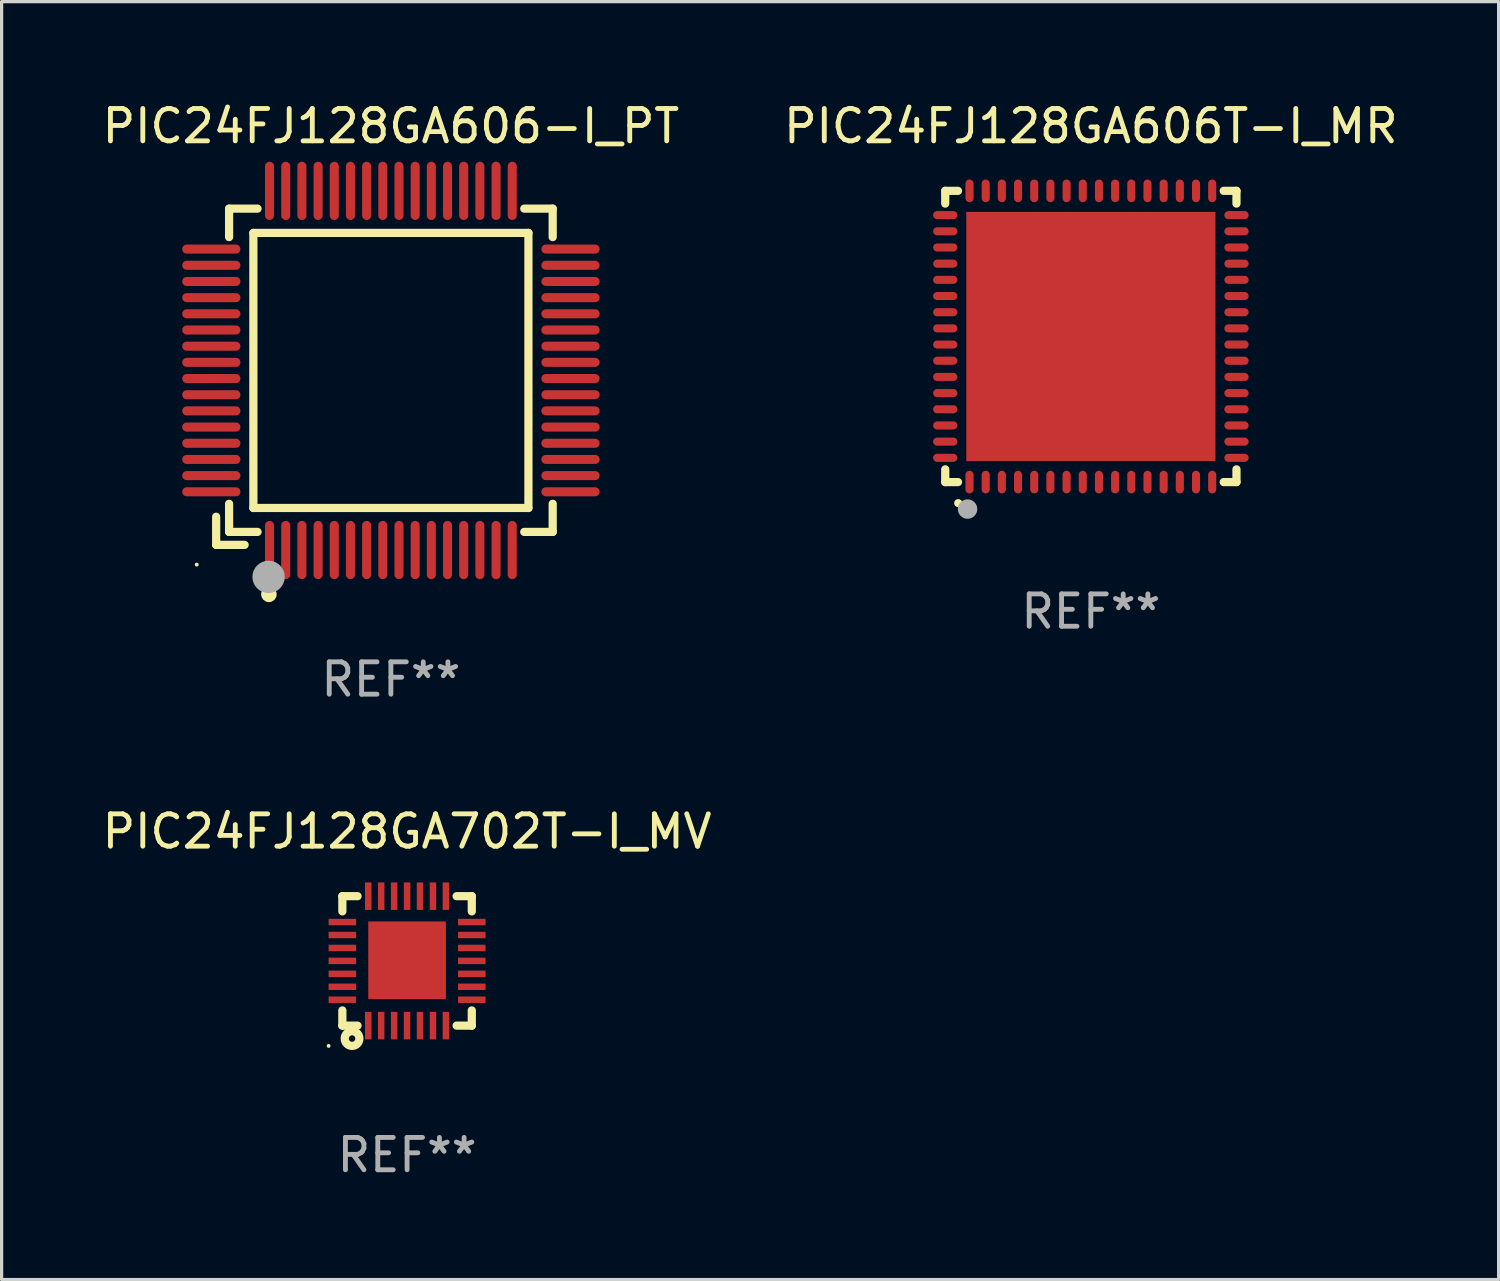
<source format=kicad_pcb>
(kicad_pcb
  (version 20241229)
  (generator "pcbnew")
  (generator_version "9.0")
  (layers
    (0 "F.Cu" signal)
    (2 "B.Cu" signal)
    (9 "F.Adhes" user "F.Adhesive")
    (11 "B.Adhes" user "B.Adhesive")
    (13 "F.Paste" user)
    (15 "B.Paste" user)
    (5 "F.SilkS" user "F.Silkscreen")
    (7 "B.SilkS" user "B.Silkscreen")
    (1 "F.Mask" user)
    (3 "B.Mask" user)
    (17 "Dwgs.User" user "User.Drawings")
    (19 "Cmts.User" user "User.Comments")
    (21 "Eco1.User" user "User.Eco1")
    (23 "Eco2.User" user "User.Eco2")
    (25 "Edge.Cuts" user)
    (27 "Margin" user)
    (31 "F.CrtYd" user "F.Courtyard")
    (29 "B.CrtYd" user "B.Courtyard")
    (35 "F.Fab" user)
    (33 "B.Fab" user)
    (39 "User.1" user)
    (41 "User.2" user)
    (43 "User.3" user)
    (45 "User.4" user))
  (footprint "PIC24FJ128GA606-I_PT"
    (layer "F.Cu")
    (at 9.03 8.398)
    (property "Reference" "PIC24FJ128GA606-I_PT" (at 0 -7.55 0) (layer "F.SilkS") (effects (font (size 1 1) (thickness 0.15))))
    (attr through_hole)
    (fp_line (start -5.4 4.521) (end -5.4 5.39) (stroke (width 0.254) (type solid)) (layer "F.SilkS"))
    (fp_line (start -5.4 5.39) (end -4.521 5.39) (stroke (width 0.254) (type solid)) (layer "F.SilkS"))
    (fp_line (start -5 -5) (end -5 -4.121) (stroke (width 0.254) (type solid)) (layer "F.SilkS"))
    (fp_line (start -5 4.121) (end -5 4.99) (stroke (width 0.254) (type solid)) (layer "F.SilkS"))
    (fp_line (start -5 4.99) (end -4.121 4.99) (stroke (width 0.254) (type solid)) (layer "F.SilkS"))
    (fp_line (start -4.25 -4.25) (end -4.25 4.25) (stroke (width 0.254) (type solid)) (layer "F.SilkS"))
    (fp_line (start -4.25 4.25) (end 4.25 4.25) (stroke (width 0.254) (type solid)) (layer "F.SilkS"))
    (fp_line (start -4.121 -5) (end -5 -5) (stroke (width 0.254) (type solid)) (layer "F.SilkS"))
    (fp_line (start 4.121 4.99) (end 5 4.99) (stroke (width 0.254) (type solid)) (layer "F.SilkS"))
    (fp_line (start 4.25 -4.25) (end -4.25 -4.25) (stroke (width 0.254) (type solid)) (layer "F.SilkS"))
    (fp_line (start 4.25 4.25) (end 4.25 -4.25) (stroke (width 0.254) (type solid)) (layer "F.SilkS"))
    (fp_line (start 5 -5) (end 4.121 -5) (stroke (width 0.254) (type solid)) (layer "F.SilkS"))
    (fp_line (start 5 -4.121) (end 5 -5) (stroke (width 0.254) (type solid)) (layer "F.SilkS"))
    (fp_line (start 5 4.99) (end 5 4.121) (stroke (width 0.254) (type solid)) (layer "F.SilkS"))
    (fp_circle (center -6 6) (end -5.97 6) (stroke (width 0.06) (type solid)) (fill no) (layer "F.SilkS"))
    (fp_circle (center -3.77 6.92) (end -3.65 6.92) (stroke (width 0.24) (type solid)) (fill no) (layer "F.SilkS"))
    (fp_circle (center -3.78 6.38) (end -3.53 6.38) (stroke (width 0.5) (type solid)) (fill no) (layer "F.Fab"))
    (fp_text user "REF**" (at 0 9.55 0) (layer "F.Fab") (effects (font (size 1 1) (thickness 0.15))))
    (pad "1" smd oval (at -3.75 5.55) (size 0.28 1.8) (layers "F.Cu" "F.Mask" "F.Paste"))
    (pad "2" smd oval (at -3.25 5.55) (size 0.28 1.8) (layers "F.Cu" "F.Mask" "F.Paste"))
    (pad "3" smd oval (at -2.75 5.55) (size 0.28 1.8) (layers "F.Cu" "F.Mask" "F.Paste"))
    (pad "4" smd oval (at -2.25 5.55) (size 0.28 1.8) (layers "F.Cu" "F.Mask" "F.Paste"))
    (pad "5" smd oval (at -1.75 5.55) (size 0.28 1.8) (layers "F.Cu" "F.Mask" "F.Paste"))
    (pad "6" smd oval (at -1.25 5.55) (size 0.28 1.8) (layers "F.Cu" "F.Mask" "F.Paste"))
    (pad "7" smd oval (at -0.75 5.55) (size 0.28 1.8) (layers "F.Cu" "F.Mask" "F.Paste"))
    (pad "8" smd oval (at -0.25 5.55) (size 0.28 1.8) (layers "F.Cu" "F.Mask" "F.Paste"))
    (pad "9" smd oval (at 0.25 5.55) (size 0.28 1.8) (layers "F.Cu" "F.Mask" "F.Paste"))
    (pad "10" smd oval (at 0.75 5.55) (size 0.28 1.8) (layers "F.Cu" "F.Mask" "F.Paste"))
    (pad "11" smd oval (at 1.25 5.55) (size 0.28 1.8) (layers "F.Cu" "F.Mask" "F.Paste"))
    (pad "12" smd oval (at 1.75 5.55) (size 0.28 1.8) (layers "F.Cu" "F.Mask" "F.Paste"))
    (pad "13" smd oval (at 2.25 5.55) (size 0.28 1.8) (layers "F.Cu" "F.Mask" "F.Paste"))
    (pad "14" smd oval (at 2.75 5.55) (size 0.28 1.8) (layers "F.Cu" "F.Mask" "F.Paste"))
    (pad "15" smd oval (at 3.25 5.55) (size 0.28 1.8) (layers "F.Cu" "F.Mask" "F.Paste"))
    (pad "16" smd oval (at 3.75 5.55) (size 0.28 1.8) (layers "F.Cu" "F.Mask" "F.Paste"))
    (pad "17" smd oval (at 5.55 3.75) (size 1.8 0.28) (layers "F.Cu" "F.Mask" "F.Paste"))
    (pad "18" smd oval (at 5.55 3.25) (size 1.8 0.28) (layers "F.Cu" "F.Mask" "F.Paste"))
    (pad "19" smd oval (at 5.55 2.75) (size 1.8 0.28) (layers "F.Cu" "F.Mask" "F.Paste"))
    (pad "20" smd oval (at 5.55 2.25) (size 1.8 0.28) (layers "F.Cu" "F.Mask" "F.Paste"))
    (pad "21" smd oval (at 5.55 1.75) (size 1.8 0.28) (layers "F.Cu" "F.Mask" "F.Paste"))
    (pad "22" smd oval (at 5.55 1.25) (size 1.8 0.28) (layers "F.Cu" "F.Mask" "F.Paste"))
    (pad "23" smd oval (at 5.55 0.75) (size 1.8 0.28) (layers "F.Cu" "F.Mask" "F.Paste"))
    (pad "24" smd oval (at 5.55 0.25) (size 1.8 0.28) (layers "F.Cu" "F.Mask" "F.Paste"))
    (pad "25" smd oval (at 5.55 -0.25) (size 1.8 0.28) (layers "F.Cu" "F.Mask" "F.Paste"))
    (pad "26" smd oval (at 5.55 -0.75) (size 1.8 0.28) (layers "F.Cu" "F.Mask" "F.Paste"))
    (pad "27" smd oval (at 5.55 -1.25) (size 1.8 0.28) (layers "F.Cu" "F.Mask" "F.Paste"))
    (pad "28" smd oval (at 5.55 -1.75) (size 1.8 0.28) (layers "F.Cu" "F.Mask" "F.Paste"))
    (pad "29" smd oval (at 5.55 -2.25) (size 1.8 0.28) (layers "F.Cu" "F.Mask" "F.Paste"))
    (pad "30" smd oval (at 5.55 -2.75) (size 1.8 0.28) (layers "F.Cu" "F.Mask" "F.Paste"))
    (pad "31" smd oval (at 5.55 -3.25) (size 1.8 0.28) (layers "F.Cu" "F.Mask" "F.Paste"))
    (pad "32" smd oval (at 5.55 -3.75) (size 1.8 0.28) (layers "F.Cu" "F.Mask" "F.Paste"))
    (pad "33" smd oval (at 3.75 -5.55) (size 0.28 1.8) (layers "F.Cu" "F.Mask" "F.Paste"))
    (pad "34" smd oval (at 3.25 -5.55) (size 0.28 1.8) (layers "F.Cu" "F.Mask" "F.Paste"))
    (pad "35" smd oval (at 2.75 -5.55) (size 0.28 1.8) (layers "F.Cu" "F.Mask" "F.Paste"))
    (pad "36" smd oval (at 2.25 -5.55) (size 0.28 1.8) (layers "F.Cu" "F.Mask" "F.Paste"))
    (pad "37" smd oval (at 1.75 -5.55) (size 0.28 1.8) (layers "F.Cu" "F.Mask" "F.Paste"))
    (pad "38" smd oval (at 1.25 -5.55) (size 0.28 1.8) (layers "F.Cu" "F.Mask" "F.Paste"))
    (pad "39" smd oval (at 0.75 -5.55) (size 0.28 1.8) (layers "F.Cu" "F.Mask" "F.Paste"))
    (pad "40" smd oval (at 0.25 -5.55) (size 0.28 1.8) (layers "F.Cu" "F.Mask" "F.Paste"))
    (pad "41" smd oval (at -0.25 -5.55) (size 0.28 1.8) (layers "F.Cu" "F.Mask" "F.Paste"))
    (pad "42" smd oval (at -0.75 -5.55) (size 0.28 1.8) (layers "F.Cu" "F.Mask" "F.Paste"))
    (pad "43" smd oval (at -1.25 -5.55) (size 0.28 1.8) (layers "F.Cu" "F.Mask" "F.Paste"))
    (pad "44" smd oval (at -1.75 -5.55) (size 0.28 1.8) (layers "F.Cu" "F.Mask" "F.Paste"))
    (pad "45" smd oval (at -2.25 -5.55) (size 0.28 1.8) (layers "F.Cu" "F.Mask" "F.Paste"))
    (pad "46" smd oval (at -2.75 -5.55) (size 0.28 1.8) (layers "F.Cu" "F.Mask" "F.Paste"))
    (pad "47" smd oval (at -3.25 -5.55) (size 0.28 1.8) (layers "F.Cu" "F.Mask" "F.Paste"))
    (pad "48" smd oval (at -3.75 -5.55) (size 0.28 1.8) (layers "F.Cu" "F.Mask" "F.Paste"))
    (pad "49" smd oval (at -5.55 -3.75) (size 1.8 0.28) (layers "F.Cu" "F.Mask" "F.Paste"))
    (pad "50" smd oval (at -5.55 -3.25) (size 1.8 0.28) (layers "F.Cu" "F.Mask" "F.Paste"))
    (pad "51" smd oval (at -5.55 -2.75) (size 1.8 0.28) (layers "F.Cu" "F.Mask" "F.Paste"))
    (pad "52" smd oval (at -5.55 -2.25) (size 1.8 0.28) (layers "F.Cu" "F.Mask" "F.Paste"))
    (pad "53" smd oval (at -5.55 -1.75) (size 1.8 0.28) (layers "F.Cu" "F.Mask" "F.Paste"))
    (pad "54" smd oval (at -5.55 -1.25) (size 1.8 0.28) (layers "F.Cu" "F.Mask" "F.Paste"))
    (pad "55" smd oval (at -5.55 -0.75) (size 1.8 0.28) (layers "F.Cu" "F.Mask" "F.Paste"))
    (pad "56" smd oval (at -5.55 -0.25) (size 1.8 0.28) (layers "F.Cu" "F.Mask" "F.Paste"))
    (pad "57" smd oval (at -5.55 0.25) (size 1.8 0.28) (layers "F.Cu" "F.Mask" "F.Paste"))
    (pad "58" smd oval (at -5.55 0.75) (size 1.8 0.28) (layers "F.Cu" "F.Mask" "F.Paste"))
    (pad "59" smd oval (at -5.55 1.25) (size 1.8 0.28) (layers "F.Cu" "F.Mask" "F.Paste"))
    (pad "60" smd oval (at -5.55 1.75) (size 1.8 0.28) (layers "F.Cu" "F.Mask" "F.Paste"))
    (pad "61" smd oval (at -5.55 2.25) (size 1.8 0.28) (layers "F.Cu" "F.Mask" "F.Paste"))
    (pad "62" smd oval (at -5.55 2.75) (size 1.8 0.28) (layers "F.Cu" "F.Mask" "F.Paste"))
    (pad "63" smd oval (at -5.55 3.25) (size 1.8 0.28) (layers "F.Cu" "F.Mask" "F.Paste"))
    (pad "64" smd oval (at -5.55 3.75) (size 1.8 0.28) (layers "F.Cu" "F.Mask" "F.Paste")))
  (footprint "PIC24FJ128GA702T-I_MV"
    (layer "F.Cu")
    (at 9.53 26.645)
    (property "Reference" "PIC24FJ128GA702T-I_MV" (at 0 -4 0) (layer "F.SilkS") (effects (font (size 1 1) (thickness 0.15))))
    (attr through_hole)
    (fp_line (start -2 -2) (end -1.531 -2) (stroke (width 0.254) (type solid)) (layer "F.SilkS"))
    (fp_line (start -2 -1.531) (end -2 -2) (stroke (width 0.254) (type solid)) (layer "F.SilkS"))
    (fp_line (start -2 2) (end -2 1.531) (stroke (width 0.254) (type solid)) (layer "F.SilkS"))
    (fp_line (start -1.531 2) (end -2 2) (stroke (width 0.254) (type solid)) (layer "F.SilkS"))
    (fp_line (start 1.531 -2) (end 2 -2) (stroke (width 0.254) (type solid)) (layer "F.SilkS"))
    (fp_line (start 2 -2) (end 2 -1.531) (stroke (width 0.254) (type solid)) (layer "F.SilkS"))
    (fp_line (start 2 1.531) (end 2 2) (stroke (width 0.254) (type solid)) (layer "F.SilkS"))
    (fp_line (start 2 2) (end 1.531 2) (stroke (width 0.254) (type solid)) (layer "F.SilkS"))
    (fp_circle (center -2.425 2.627) (end -2.395 2.627) (stroke (width 0.06) (type solid)) (fill no) (layer "F.SilkS"))
    (fp_circle (center -1.7 2.4) (end -1.6 2.4) (stroke (width 0.254) (type solid)) (fill no) (layer "F.SilkS"))
    (fp_text user "REF**" (at 0 6 0) (layer "F.Fab") (effects (font (size 1 1) (thickness 0.15))))
    (pad "1" smd rect (at -1.2 2 180) (size 0.2 0.85) (layers "F.Cu" "F.Mask" "F.Paste"))
    (pad "2" smd rect (at -0.8 2 180) (size 0.2 0.85) (layers "F.Cu" "F.Mask" "F.Paste"))
    (pad "3" smd rect (at -0.4 2 180) (size 0.2 0.85) (layers "F.Cu" "F.Mask" "F.Paste"))
    (pad "4" smd rect (at -0.001 2 180) (size 0.2 0.85) (layers "F.Cu" "F.Mask" "F.Paste"))
    (pad "5" smd rect (at 0.4 2 180) (size 0.2 0.85) (layers "F.Cu" "F.Mask" "F.Paste"))
    (pad "6" smd rect (at 0.8 2 180) (size 0.2 0.85) (layers "F.Cu" "F.Mask" "F.Paste"))
    (pad "7" smd rect (at 1.2 2 180) (size 0.2 0.85) (layers "F.Cu" "F.Mask" "F.Paste"))
    (pad "8" smd rect (at 2 1.2 270) (size 0.2 0.85) (layers "F.Cu" "F.Mask" "F.Paste"))
    (pad "9" smd rect (at 2 0.8 270) (size 0.2 0.85) (layers "F.Cu" "F.Mask" "F.Paste"))
    (pad "10" smd rect (at 2 0.4 270) (size 0.2 0.85) (layers "F.Cu" "F.Mask" "F.Paste"))
    (pad "11" smd rect (at 2 0 270) (size 0.2 0.85) (layers "F.Cu" "F.Mask" "F.Paste"))
    (pad "12" smd rect (at 2 -0.4 270) (size 0.2 0.85) (layers "F.Cu" "F.Mask" "F.Paste"))
    (pad "13" smd rect (at 2 -0.8 270) (size 0.2 0.85) (layers "F.Cu" "F.Mask" "F.Paste"))
    (pad "14" smd rect (at 2 -1.2 270) (size 0.2 0.85) (layers "F.Cu" "F.Mask" "F.Paste"))
    (pad "15" smd rect (at 1.2 -2) (size 0.2 0.85) (layers "F.Cu" "F.Mask" "F.Paste"))
    (pad "16" smd rect (at 0.8 -2) (size 0.2 0.85) (layers "F.Cu" "F.Mask" "F.Paste"))
    (pad "17" smd rect (at 0.4 -2) (size 0.2 0.85) (layers "F.Cu" "F.Mask" "F.Paste"))
    (pad "18" smd rect (at 0 -2) (size 0.2 0.85) (layers "F.Cu" "F.Mask" "F.Paste"))
    (pad "19" smd rect (at -0.4 -2) (size 0.2 0.85) (layers "F.Cu" "F.Mask" "F.Paste"))
    (pad "20" smd rect (at -0.8 -2) (size 0.2 0.85) (layers "F.Cu" "F.Mask" "F.Paste"))
    (pad "21" smd rect (at -1.2 -2) (size 0.2 0.85) (layers "F.Cu" "F.Mask" "F.Paste"))
    (pad "22" smd rect (at -2 -1.2 90) (size 0.2 0.85) (layers "F.Cu" "F.Mask" "F.Paste"))
    (pad "23" smd rect (at -2 -0.8 90) (size 0.2 0.85) (layers "F.Cu" "F.Mask" "F.Paste"))
    (pad "24" smd rect (at -2 -0.4 90) (size 0.2 0.85) (layers "F.Cu" "F.Mask" "F.Paste"))
    (pad "25" smd rect (at -2 0 90) (size 0.2 0.85) (layers "F.Cu" "F.Mask" "F.Paste"))
    (pad "26" smd rect (at -2 0.4 90) (size 0.2 0.85) (layers "F.Cu" "F.Mask" "F.Paste"))
    (pad "27" smd rect (at -2 0.8 90) (size 0.2 0.85) (layers "F.Cu" "F.Mask" "F.Paste"))
    (pad "28" smd rect (at -2 1.2 90) (size 0.2 0.85) (layers "F.Cu" "F.Mask" "F.Paste"))
    (pad "29" smd rect (at 0.000254 -0.02 90) (size 2.4 2.4) (layers "F.Cu" "F.Mask" "F.Paste")))
  (footprint "PIC24FJ128GA606T-I_MR"
    (layer "F.Cu")
    (at 30.661 7.348)
    (property "Reference" "PIC24FJ128GA606T-I_MR" (at 0 -6.5 0) (layer "F.SilkS") (effects (font (size 1 1) (thickness 0.15))))
    (attr through_hole)
    (fp_line (start -4.5 -4.5) (end -4.106 -4.5) (stroke (width 0.254) (type solid)) (layer "F.SilkS"))
    (fp_line (start -4.5 -4.106) (end -4.5 -4.5) (stroke (width 0.254) (type solid)) (layer "F.SilkS"))
    (fp_line (start -4.5 4.5) (end -4.5 4.106) (stroke (width 0.254) (type solid)) (layer "F.SilkS"))
    (fp_line (start -4.106 4.5) (end -4.5 4.5) (stroke (width 0.254) (type solid)) (layer "F.SilkS"))
    (fp_line (start 4.106 -4.5) (end 4.5 -4.5) (stroke (width 0.254) (type solid)) (layer "F.SilkS"))
    (fp_line (start 4.5 -4.5) (end 4.5 -4.106) (stroke (width 0.254) (type solid)) (layer "F.SilkS"))
    (fp_line (start 4.5 4.106) (end 4.5 4.5) (stroke (width 0.254) (type solid)) (layer "F.SilkS"))
    (fp_line (start 4.5 4.5) (end 4.106 4.5) (stroke (width 0.254) (type solid)) (layer "F.SilkS"))
    (fp_arc (start -4.099987 5.149898) (mid -4.098717 5.149892) (end -4.097447 5.149898) (stroke (width 0.24892) (type solid)) (layer "F.SilkS"))
    (fp_circle (center -4.5 4.5) (end -4.47 4.5) (stroke (width 0.06) (type solid)) (fill no) (layer "F.SilkS"))
    (fp_circle (center -3.81 5.334) (end -3.66 5.334) (stroke (width 0.3) (type solid)) (fill no) (layer "F.Fab"))
    (fp_text user "REF**" (at 0 8.5 0) (layer "F.Fab") (effects (font (size 1 1) (thickness 0.15))))
    (pad "1" smd oval (at -3.75 4.5) (size 0.25 0.7) (layers "F.Cu" "F.Mask" "F.Paste"))
    (pad "2" smd oval (at -3.25 4.5) (size 0.25 0.7) (layers "F.Cu" "F.Mask" "F.Paste"))
    (pad "3" smd oval (at -2.75 4.5) (size 0.25 0.7) (layers "F.Cu" "F.Mask" "F.Paste"))
    (pad "4" smd oval (at -2.25 4.5) (size 0.25 0.7) (layers "F.Cu" "F.Mask" "F.Paste"))
    (pad "5" smd oval (at -1.75 4.5) (size 0.25 0.7) (layers "F.Cu" "F.Mask" "F.Paste"))
    (pad "6" smd oval (at -1.25 4.5) (size 0.25 0.7) (layers "F.Cu" "F.Mask" "F.Paste"))
    (pad "7" smd oval (at -0.75 4.5) (size 0.25 0.7) (layers "F.Cu" "F.Mask" "F.Paste"))
    (pad "8" smd oval (at -0.25 4.5) (size 0.25 0.7) (layers "F.Cu" "F.Mask" "F.Paste"))
    (pad "9" smd oval (at 0.25 4.5) (size 0.25 0.7) (layers "F.Cu" "F.Mask" "F.Paste"))
    (pad "10" smd oval (at 0.75 4.5) (size 0.25 0.7) (layers "F.Cu" "F.Mask" "F.Paste"))
    (pad "11" smd oval (at 1.25 4.5) (size 0.25 0.7) (layers "F.Cu" "F.Mask" "F.Paste"))
    (pad "12" smd oval (at 1.75 4.5) (size 0.25 0.7) (layers "F.Cu" "F.Mask" "F.Paste"))
    (pad "13" smd oval (at 2.25 4.5) (size 0.25 0.7) (layers "F.Cu" "F.Mask" "F.Paste"))
    (pad "14" smd oval (at 2.75 4.5) (size 0.25 0.7) (layers "F.Cu" "F.Mask" "F.Paste"))
    (pad "15" smd oval (at 3.25 4.5) (size 0.25 0.7) (layers "F.Cu" "F.Mask" "F.Paste"))
    (pad "16" smd oval (at 3.75 4.5) (size 0.25 0.7) (layers "F.Cu" "F.Mask" "F.Paste"))
    (pad "17" smd oval (at 4.5 3.75) (size 0.75 0.25) (layers "F.Cu" "F.Mask" "F.Paste"))
    (pad "18" smd oval (at 4.5 3.25) (size 0.75 0.25) (layers "F.Cu" "F.Mask" "F.Paste"))
    (pad "19" smd oval (at 4.5 2.75) (size 0.75 0.25) (layers "F.Cu" "F.Mask" "F.Paste"))
    (pad "20" smd oval (at 4.5 2.25) (size 0.75 0.25) (layers "F.Cu" "F.Mask" "F.Paste"))
    (pad "21" smd oval (at 4.5 1.75) (size 0.75 0.25) (layers "F.Cu" "F.Mask" "F.Paste"))
    (pad "22" smd oval (at 4.5 1.25) (size 0.75 0.25) (layers "F.Cu" "F.Mask" "F.Paste"))
    (pad "23" smd oval (at 4.5 0.75) (size 0.75 0.25) (layers "F.Cu" "F.Mask" "F.Paste"))
    (pad "24" smd oval (at 4.5 0.25) (size 0.75 0.25) (layers "F.Cu" "F.Mask" "F.Paste"))
    (pad "25" smd oval (at 4.5 -0.25) (size 0.75 0.25) (layers "F.Cu" "F.Mask" "F.Paste"))
    (pad "26" smd oval (at 4.5 -0.75) (size 0.75 0.25) (layers "F.Cu" "F.Mask" "F.Paste"))
    (pad "27" smd oval (at 4.5 -1.25) (size 0.75 0.25) (layers "F.Cu" "F.Mask" "F.Paste"))
    (pad "28" smd oval (at 4.5 -1.75) (size 0.75 0.25) (layers "F.Cu" "F.Mask" "F.Paste"))
    (pad "29" smd oval (at 4.5 -2.25) (size 0.75 0.25) (layers "F.Cu" "F.Mask" "F.Paste"))
    (pad "30" smd oval (at 4.5 -2.75) (size 0.75 0.25) (layers "F.Cu" "F.Mask" "F.Paste"))
    (pad "31" smd oval (at 4.5 -3.25) (size 0.75 0.25) (layers "F.Cu" "F.Mask" "F.Paste"))
    (pad "32" smd oval (at 4.5 -3.75) (size 0.75 0.25) (layers "F.Cu" "F.Mask" "F.Paste"))
    (pad "33" smd oval (at 3.75 -4.5) (size 0.25 0.7) (layers "F.Cu" "F.Mask" "F.Paste"))
    (pad "34" smd oval (at 3.25 -4.5) (size 0.25 0.7) (layers "F.Cu" "F.Mask" "F.Paste"))
    (pad "35" smd oval (at 2.75 -4.5) (size 0.25 0.7) (layers "F.Cu" "F.Mask" "F.Paste"))
    (pad "36" smd oval (at 2.25 -4.5) (size 0.25 0.7) (layers "F.Cu" "F.Mask" "F.Paste"))
    (pad "37" smd oval (at 1.75 -4.5) (size 0.25 0.7) (layers "F.Cu" "F.Mask" "F.Paste"))
    (pad "38" smd oval (at 1.25 -4.5) (size 0.25 0.7) (layers "F.Cu" "F.Mask" "F.Paste"))
    (pad "39" smd oval (at 0.75 -4.5) (size 0.25 0.7) (layers "F.Cu" "F.Mask" "F.Paste"))
    (pad "40" smd oval (at 0.25 -4.5) (size 0.25 0.7) (layers "F.Cu" "F.Mask" "F.Paste"))
    (pad "41" smd oval (at -0.25 -4.5) (size 0.25 0.7) (layers "F.Cu" "F.Mask" "F.Paste"))
    (pad "42" smd oval (at -0.75 -4.5) (size 0.25 0.7) (layers "F.Cu" "F.Mask" "F.Paste"))
    (pad "43" smd oval (at -1.25 -4.5) (size 0.25 0.7) (layers "F.Cu" "F.Mask" "F.Paste"))
    (pad "44" smd oval (at -1.75 -4.5) (size 0.25 0.7) (layers "F.Cu" "F.Mask" "F.Paste"))
    (pad "45" smd oval (at -2.25 -4.5) (size 0.25 0.7) (layers "F.Cu" "F.Mask" "F.Paste"))
    (pad "46" smd oval (at -2.75 -4.5) (size 0.25 0.7) (layers "F.Cu" "F.Mask" "F.Paste"))
    (pad "47" smd oval (at -3.25 -4.5) (size 0.25 0.7) (layers "F.Cu" "F.Mask" "F.Paste"))
    (pad "48" smd oval (at -3.75 -4.5) (size 0.25 0.7) (layers "F.Cu" "F.Mask" "F.Paste"))
    (pad "49" smd oval (at -4.5 -3.75) (size 0.75 0.25) (layers "F.Cu" "F.Mask" "F.Paste"))
    (pad "50" smd oval (at -4.5 -3.25) (size 0.75 0.25) (layers "F.Cu" "F.Mask" "F.Paste"))
    (pad "51" smd oval (at -4.5 -2.75) (size 0.75 0.25) (layers "F.Cu" "F.Mask" "F.Paste"))
    (pad "52" smd oval (at -4.5 -2.25) (size 0.75 0.25) (layers "F.Cu" "F.Mask" "F.Paste"))
    (pad "53" smd oval (at -4.5 -1.75) (size 0.75 0.25) (layers "F.Cu" "F.Mask" "F.Paste"))
    (pad "54" smd oval (at -4.5 -1.25) (size 0.75 0.25) (layers "F.Cu" "F.Mask" "F.Paste"))
    (pad "55" smd oval (at -4.5 -0.75) (size 0.75 0.25) (layers "F.Cu" "F.Mask" "F.Paste"))
    (pad "56" smd oval (at -4.5 -0.25) (size 0.75 0.25) (layers "F.Cu" "F.Mask" "F.Paste"))
    (pad "57" smd oval (at -4.5 0.25) (size 0.75 0.25) (layers "F.Cu" "F.Mask" "F.Paste"))
    (pad "58" smd oval (at -4.5 0.75) (size 0.75 0.25) (layers "F.Cu" "F.Mask" "F.Paste"))
    (pad "59" smd oval (at -4.5 1.25) (size 0.75 0.25) (layers "F.Cu" "F.Mask" "F.Paste"))
    (pad "60" smd oval (at -4.5 1.75) (size 0.75 0.25) (layers "F.Cu" "F.Mask" "F.Paste"))
    (pad "61" smd oval (at -4.5 2.25) (size 0.75 0.25) (layers "F.Cu" "F.Mask" "F.Paste"))
    (pad "62" smd oval (at -4.5 2.75) (size 0.75 0.25) (layers "F.Cu" "F.Mask" "F.Paste"))
    (pad "63" smd oval (at -4.5 3.25) (size 0.75 0.25) (layers "F.Cu" "F.Mask" "F.Paste"))
    (pad "64" smd oval (at -4.5 3.75) (size 0.75 0.25) (layers "F.Cu" "F.Mask" "F.Paste"))
    (pad "65" smd rect (at 0.000394 -0.000013) (size 7.7 7.7) (layers "F.Cu" "F.Mask" "F.Paste")))
  (gr_rect
    (start -3 -3)
    (end 43.262 36.493)
    (stroke (width 0.1) (type default))
    (fill no)
    (layer "Edge.Cuts")))
</source>
